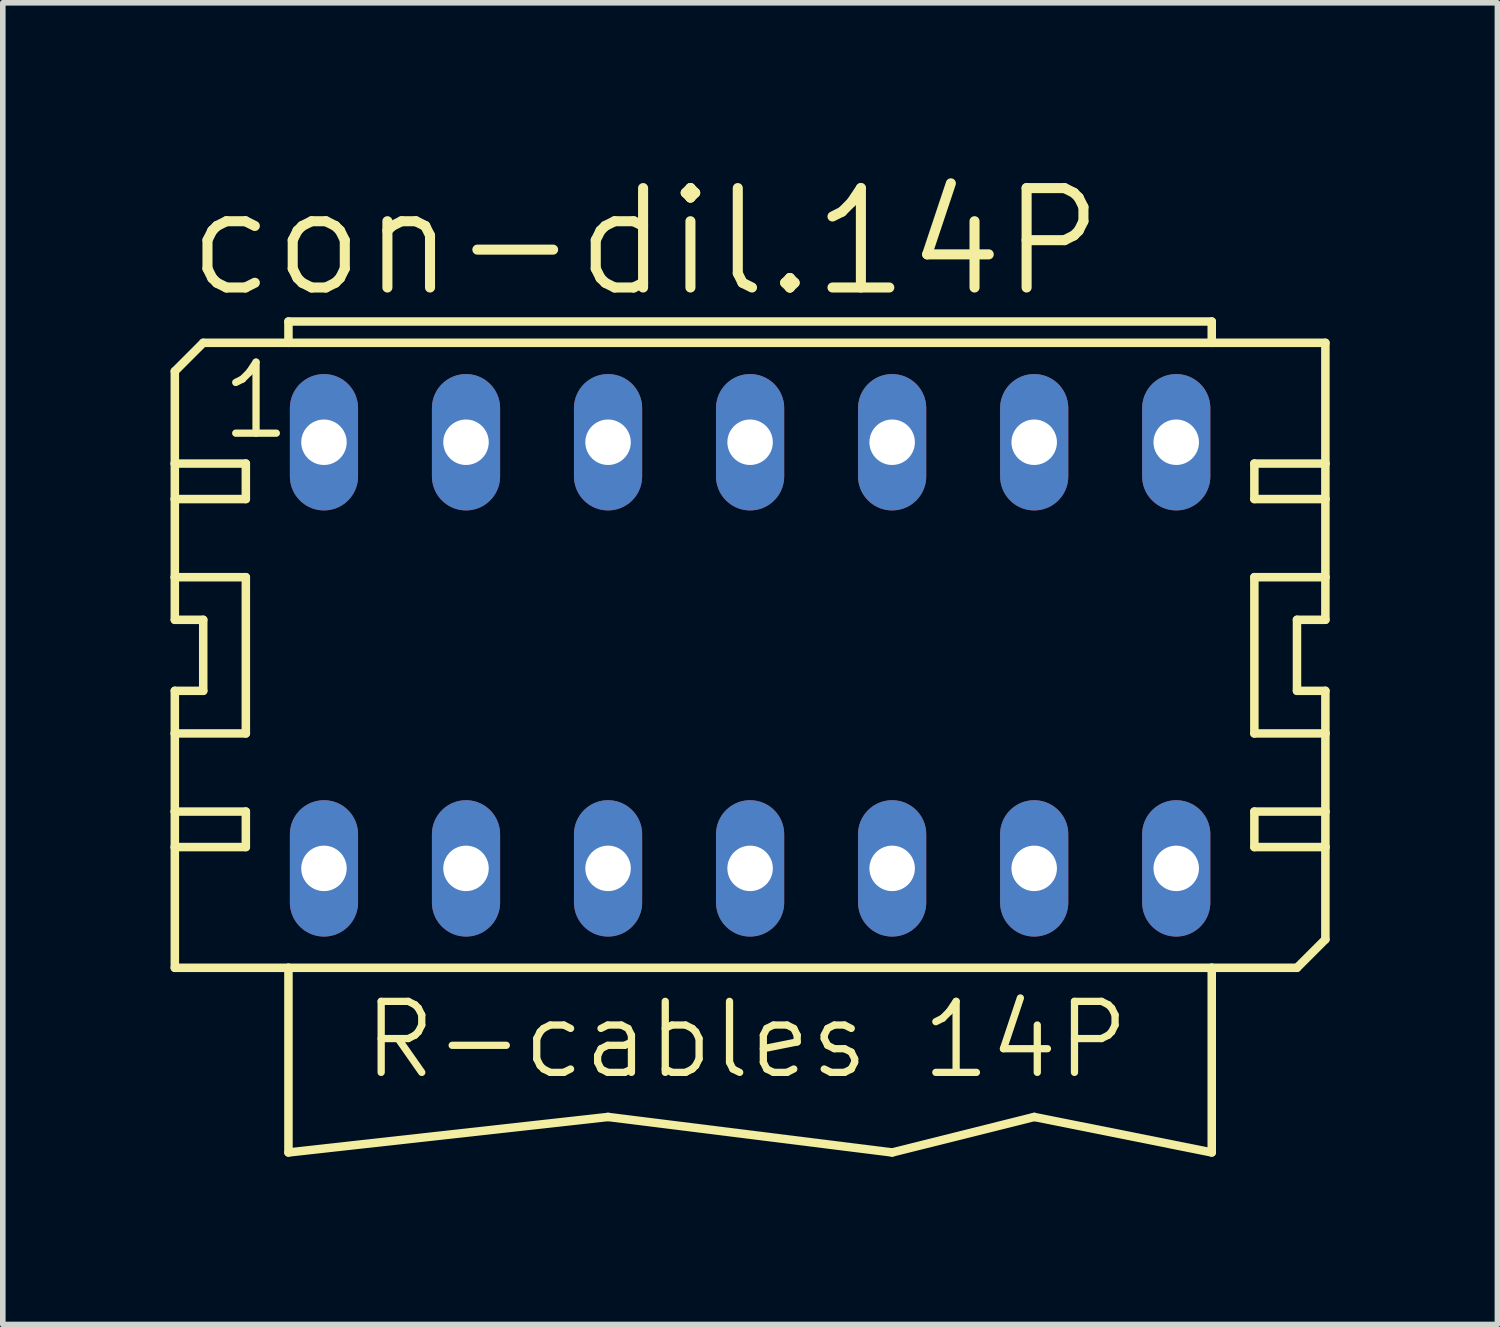
<source format=kicad_pcb>
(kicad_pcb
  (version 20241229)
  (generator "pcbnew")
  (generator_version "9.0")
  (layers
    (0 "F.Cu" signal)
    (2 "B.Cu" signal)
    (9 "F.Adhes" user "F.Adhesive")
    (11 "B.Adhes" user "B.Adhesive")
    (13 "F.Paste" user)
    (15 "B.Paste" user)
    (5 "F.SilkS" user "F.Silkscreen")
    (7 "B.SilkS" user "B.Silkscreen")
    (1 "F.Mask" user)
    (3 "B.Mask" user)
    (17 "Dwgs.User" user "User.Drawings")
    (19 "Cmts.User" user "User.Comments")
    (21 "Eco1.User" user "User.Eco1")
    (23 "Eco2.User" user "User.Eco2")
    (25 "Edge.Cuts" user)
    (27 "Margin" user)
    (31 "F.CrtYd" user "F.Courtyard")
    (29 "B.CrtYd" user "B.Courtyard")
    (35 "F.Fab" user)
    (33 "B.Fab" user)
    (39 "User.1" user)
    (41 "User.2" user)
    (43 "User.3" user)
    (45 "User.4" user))
  (footprint "con-dil.14P"
    (layer "F.Cu")
    (at 10.363 8.668)
    (property "Reference" "con-dil.14P" (at -10.16 -6.35 0) (layer "F.SilkS") (effects (font (size 1.778 1.778) (thickness 0.18)) (justify left bottom)))
    (attr through_hole)
    (fp_line (start -10.287 -5.08) (end -10.287 -3.429) (stroke (width 0.152) (type default)) (layer "F.SilkS"))
    (fp_line (start -10.287 -3.429) (end -9.017 -3.429) (stroke (width 0.152) (type default)) (layer "F.SilkS"))
    (fp_line (start -10.287 -2.794) (end -10.287 -3.429) (stroke (width 0.152) (type default)) (layer "F.SilkS"))
    (fp_line (start -10.287 -2.794) (end -10.287 -1.397) (stroke (width 0.152) (type default)) (layer "F.SilkS"))
    (fp_line (start -10.287 -2.794) (end -9.017 -2.794) (stroke (width 0.152) (type default)) (layer "F.SilkS"))
    (fp_line (start -10.287 -1.397) (end -10.287 -0.635) (stroke (width 0.152) (type default)) (layer "F.SilkS"))
    (fp_line (start -10.287 -1.397) (end -9.017 -1.397) (stroke (width 0.152) (type default)) (layer "F.SilkS"))
    (fp_line (start -10.287 -0.635) (end -9.779 -0.635) (stroke (width 0.152) (type default)) (layer "F.SilkS"))
    (fp_line (start -10.287 0.635) (end -10.287 1.397) (stroke (width 0.152) (type default)) (layer "F.SilkS"))
    (fp_line (start -10.287 1.397) (end -10.287 2.794) (stroke (width 0.152) (type default)) (layer "F.SilkS"))
    (fp_line (start -10.287 2.794) (end -10.287 3.429) (stroke (width 0.152) (type default)) (layer "F.SilkS"))
    (fp_line (start -10.287 2.794) (end -9.017 2.794) (stroke (width 0.152) (type default)) (layer "F.SilkS"))
    (fp_line (start -10.287 3.429) (end -10.287 5.588) (stroke (width 0.152) (type default)) (layer "F.SilkS"))
    (fp_line (start -9.779 -5.588) (end -10.287 -5.08) (stroke (width 0.152) (type default)) (layer "F.SilkS"))
    (fp_line (start -9.779 -5.588) (end -8.255 -5.588) (stroke (width 0.152) (type default)) (layer "F.SilkS"))
    (fp_line (start -9.779 0.635) (end -10.287 0.635) (stroke (width 0.152) (type default)) (layer "F.SilkS"))
    (fp_line (start -9.779 0.635) (end -9.779 -0.635) (stroke (width 0.152) (type default)) (layer "F.SilkS"))
    (fp_line (start -9.017 -2.794) (end -9.017 -3.429) (stroke (width 0.152) (type default)) (layer "F.SilkS"))
    (fp_line (start -9.017 1.397) (end -10.287 1.397) (stroke (width 0.152) (type default)) (layer "F.SilkS"))
    (fp_line (start -9.017 1.397) (end -9.017 -1.397) (stroke (width 0.152) (type default)) (layer "F.SilkS"))
    (fp_line (start -9.017 3.429) (end -10.287 3.429) (stroke (width 0.152) (type default)) (layer "F.SilkS"))
    (fp_line (start -9.017 3.429) (end -9.017 2.794) (stroke (width 0.152) (type default)) (layer "F.SilkS"))
    (fp_line (start -8.255 -5.969) (end 8.255 -5.969) (stroke (width 0.152) (type default)) (layer "F.SilkS"))
    (fp_line (start -8.255 -5.588) (end -8.255 -5.969) (stroke (width 0.152) (type default)) (layer "F.SilkS"))
    (fp_line (start -8.255 -5.588) (end 8.255 -5.588) (stroke (width 0.152) (type default)) (layer "F.SilkS"))
    (fp_line (start -8.255 5.588) (end -10.287 5.588) (stroke (width 0.152) (type default)) (layer "F.SilkS"))
    (fp_line (start -8.255 5.588) (end -8.255 8.89) (stroke (width 0.152) (type default)) (layer "F.SilkS"))
    (fp_line (start -8.255 8.89) (end -2.54 8.255) (stroke (width 0.152) (type default)) (layer "F.SilkS"))
    (fp_line (start -2.54 8.255) (end 2.54 8.89) (stroke (width 0.152) (type default)) (layer "F.SilkS"))
    (fp_line (start 2.54 8.89) (end 5.08 8.255) (stroke (width 0.152) (type default)) (layer "F.SilkS"))
    (fp_line (start 5.08 8.255) (end 8.255 8.89) (stroke (width 0.152) (type default)) (layer "F.SilkS"))
    (fp_line (start 8.255 -5.969) (end 8.255 -5.588) (stroke (width 0.152) (type default)) (layer "F.SilkS"))
    (fp_line (start 8.255 -5.588) (end 10.287 -5.588) (stroke (width 0.152) (type default)) (layer "F.SilkS"))
    (fp_line (start 8.255 5.588) (end -8.255 5.588) (stroke (width 0.152) (type default)) (layer "F.SilkS"))
    (fp_line (start 8.255 8.89) (end 8.255 5.588) (stroke (width 0.152) (type default)) (layer "F.SilkS"))
    (fp_line (start 9.017 -3.429) (end 9.017 -2.794) (stroke (width 0.152) (type default)) (layer "F.SilkS"))
    (fp_line (start 9.017 -3.429) (end 10.287 -3.429) (stroke (width 0.152) (type default)) (layer "F.SilkS"))
    (fp_line (start 9.017 -1.397) (end 9.017 1.397) (stroke (width 0.152) (type default)) (layer "F.SilkS"))
    (fp_line (start 9.017 -1.397) (end 10.287 -1.397) (stroke (width 0.152) (type default)) (layer "F.SilkS"))
    (fp_line (start 9.017 2.794) (end 9.017 3.429) (stroke (width 0.152) (type default)) (layer "F.SilkS"))
    (fp_line (start 9.017 2.794) (end 10.287 2.794) (stroke (width 0.152) (type default)) (layer "F.SilkS"))
    (fp_line (start 9.779 -0.635) (end 9.779 0.635) (stroke (width 0.152) (type default)) (layer "F.SilkS"))
    (fp_line (start 9.779 -0.635) (end 10.287 -0.635) (stroke (width 0.152) (type default)) (layer "F.SilkS"))
    (fp_line (start 9.779 5.588) (end 8.255 5.588) (stroke (width 0.152) (type default)) (layer "F.SilkS"))
    (fp_line (start 10.287 -5.588) (end 10.287 -3.429) (stroke (width 0.152) (type default)) (layer "F.SilkS"))
    (fp_line (start 10.287 -3.429) (end 10.287 -2.794) (stroke (width 0.152) (type default)) (layer "F.SilkS"))
    (fp_line (start 10.287 -2.794) (end 9.017 -2.794) (stroke (width 0.152) (type default)) (layer "F.SilkS"))
    (fp_line (start 10.287 -2.794) (end 10.287 -1.397) (stroke (width 0.152) (type default)) (layer "F.SilkS"))
    (fp_line (start 10.287 -1.397) (end 10.287 -0.635) (stroke (width 0.152) (type default)) (layer "F.SilkS"))
    (fp_line (start 10.287 0.635) (end 9.779 0.635) (stroke (width 0.152) (type default)) (layer "F.SilkS"))
    (fp_line (start 10.287 0.635) (end 10.287 1.397) (stroke (width 0.152) (type default)) (layer "F.SilkS"))
    (fp_line (start 10.287 1.397) (end 9.017 1.397) (stroke (width 0.152) (type default)) (layer "F.SilkS"))
    (fp_line (start 10.287 1.397) (end 10.287 2.794) (stroke (width 0.152) (type default)) (layer "F.SilkS"))
    (fp_line (start 10.287 2.794) (end 10.287 3.429) (stroke (width 0.152) (type default)) (layer "F.SilkS"))
    (fp_line (start 10.287 3.429) (end 9.017 3.429) (stroke (width 0.152) (type default)) (layer "F.SilkS"))
    (fp_line (start 10.287 3.429) (end 10.287 5.08) (stroke (width 0.152) (type default)) (layer "F.SilkS"))
    (fp_line (start 10.287 5.08) (end 9.779 5.588) (stroke (width 0.152) (type default)) (layer "F.SilkS"))
    (fp_text user "R-cables 14P" (at -6.985 7.62 0) (layer "F.SilkS") (effects (font (size 1.27 1.27) (thickness 0.13)) (justify left bottom)))
    (fp_text user "1" (at -9.525 -3.81 0) (layer "F.SilkS") (effects (font (size 1.27 1.27) (thickness 0.13)) (justify left bottom)))
    (pad "1" thru_hole oval (at -7.62 -3.81 90) (size 2.438 1.219) (drill 0.813) (layers "*.Cu" "*.Mask"))
    (pad "2" thru_hole oval (at -7.62 3.81 90) (size 2.438 1.219) (drill 0.813) (layers "*.Cu" "*.Mask"))
    (pad "3" thru_hole oval (at -5.08 -3.81 90) (size 2.438 1.219) (drill 0.813) (layers "*.Cu" "*.Mask"))
    (pad "4" thru_hole oval (at -5.08 3.81 90) (size 2.438 1.219) (drill 0.813) (layers "*.Cu" "*.Mask"))
    (pad "5" thru_hole oval (at -2.54 -3.81 90) (size 2.438 1.219) (drill 0.813) (layers "*.Cu" "*.Mask"))
    (pad "6" thru_hole oval (at -2.54 3.81 90) (size 2.438 1.219) (drill 0.813) (layers "*.Cu" "*.Mask"))
    (pad "7" thru_hole oval (at 0 -3.81 90) (size 2.438 1.219) (drill 0.813) (layers "*.Cu" "*.Mask"))
    (pad "8" thru_hole oval (at 0 3.81 90) (size 2.438 1.219) (drill 0.813) (layers "*.Cu" "*.Mask"))
    (pad "9" thru_hole oval (at 2.54 -3.81 90) (size 2.438 1.219) (drill 0.813) (layers "*.Cu" "*.Mask"))
    (pad "10" thru_hole oval (at 2.54 3.81 90) (size 2.438 1.219) (drill 0.813) (layers "*.Cu" "*.Mask"))
    (pad "11" thru_hole oval (at 5.08 -3.81 90) (size 2.438 1.219) (drill 0.813) (layers "*.Cu" "*.Mask"))
    (pad "12" thru_hole oval (at 5.08 3.81 90) (size 2.438 1.219) (drill 0.813) (layers "*.Cu" "*.Mask"))
    (pad "13" thru_hole oval (at 7.62 -3.81 90) (size 2.438 1.219) (drill 0.813) (layers "*.Cu" "*.Mask"))
    (pad "14" thru_hole oval (at 7.62 3.81 90) (size 2.438 1.219) (drill 0.813) (layers "*.Cu" "*.Mask")))
  (gr_rect
    (start -3 -3)
    (end 23.726 20.634)
    (stroke (width 0.1) (type default))
    (fill no)
    (layer "Edge.Cuts")))
</source>
